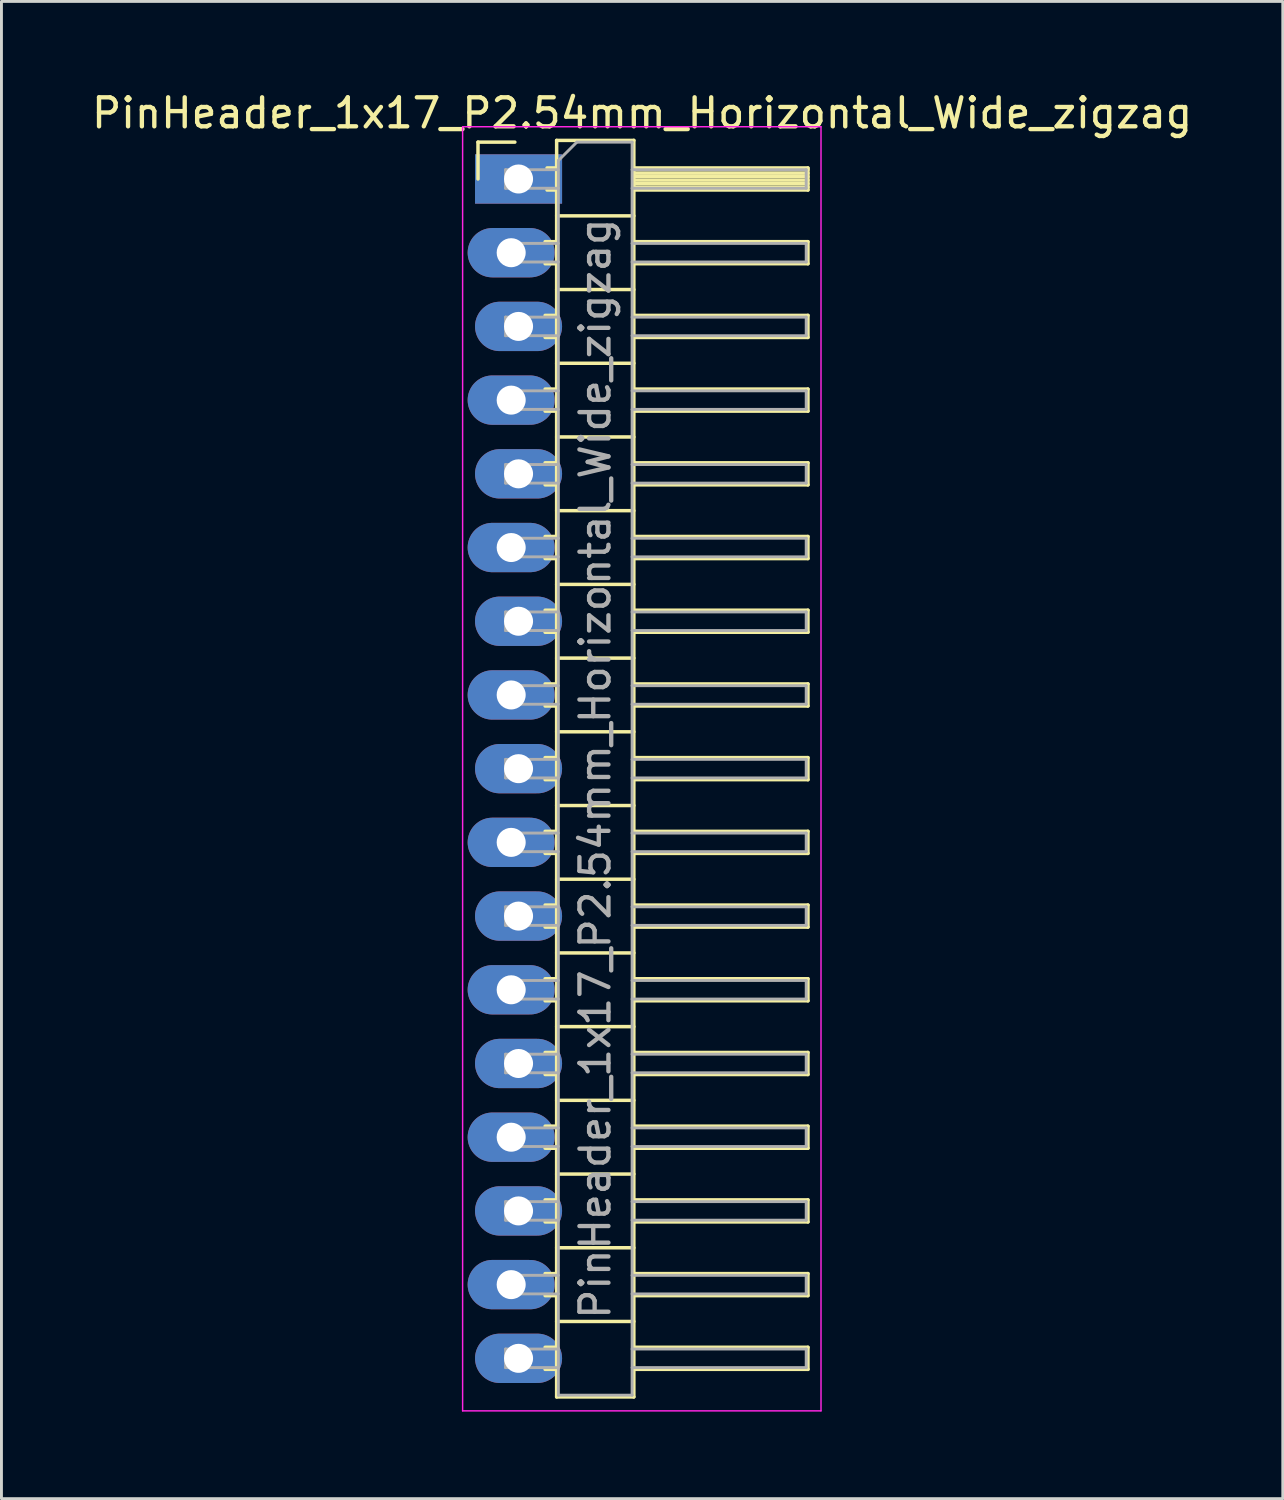
<source format=kicad_pcb>
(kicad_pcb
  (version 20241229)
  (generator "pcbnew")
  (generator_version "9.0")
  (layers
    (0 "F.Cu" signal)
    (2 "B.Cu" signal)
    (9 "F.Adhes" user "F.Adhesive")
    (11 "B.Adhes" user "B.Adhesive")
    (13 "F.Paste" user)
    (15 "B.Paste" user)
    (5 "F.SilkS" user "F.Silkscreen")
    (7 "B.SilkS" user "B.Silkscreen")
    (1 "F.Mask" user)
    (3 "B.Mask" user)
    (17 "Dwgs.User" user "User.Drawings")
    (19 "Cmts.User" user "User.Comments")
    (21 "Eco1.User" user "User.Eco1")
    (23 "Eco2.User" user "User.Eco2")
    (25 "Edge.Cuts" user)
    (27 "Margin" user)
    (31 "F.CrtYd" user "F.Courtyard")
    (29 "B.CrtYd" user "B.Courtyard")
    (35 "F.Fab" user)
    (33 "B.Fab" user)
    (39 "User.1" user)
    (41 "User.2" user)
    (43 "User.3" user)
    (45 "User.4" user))
  (footprint "PinHeader_1x17_P2.54mm_Horizontal_Wide_zigzag"
    (layer "F.Cu")
    (at 14.692 3.118)
    (property "Reference" "PinHeader_1x17_P2.54mm_Horizontal_Wide_zigzag" (at 4.385 -2.27 0) (layer "F.SilkS") (effects (font (size 1 1) (thickness 0.15))))
    (attr through_hole)
    (fp_line (start -1.27 -1.27) (end 0 -1.27) (stroke (width 0.12) (type solid)) (layer "F.SilkS"))
    (fp_line (start -1.27 0) (end -1.27 -1.27) (stroke (width 0.12) (type solid)) (layer "F.SilkS"))
    (fp_line (start 1.043 2.16) (end 1.44 2.16) (stroke (width 0.12) (type solid)) (layer "F.SilkS"))
    (fp_line (start 1.043 2.92) (end 1.44 2.92) (stroke (width 0.12) (type solid)) (layer "F.SilkS"))
    (fp_line (start 1.043 4.7) (end 1.44 4.7) (stroke (width 0.12) (type solid)) (layer "F.SilkS"))
    (fp_line (start 1.043 5.46) (end 1.44 5.46) (stroke (width 0.12) (type solid)) (layer "F.SilkS"))
    (fp_line (start 1.043 7.24) (end 1.44 7.24) (stroke (width 0.12) (type solid)) (layer "F.SilkS"))
    (fp_line (start 1.043 8) (end 1.44 8) (stroke (width 0.12) (type solid)) (layer "F.SilkS"))
    (fp_line (start 1.043 9.78) (end 1.44 9.78) (stroke (width 0.12) (type solid)) (layer "F.SilkS"))
    (fp_line (start 1.043 10.54) (end 1.44 10.54) (stroke (width 0.12) (type solid)) (layer "F.SilkS"))
    (fp_line (start 1.043 12.32) (end 1.44 12.32) (stroke (width 0.12) (type solid)) (layer "F.SilkS"))
    (fp_line (start 1.043 13.08) (end 1.44 13.08) (stroke (width 0.12) (type solid)) (layer "F.SilkS"))
    (fp_line (start 1.043 14.86) (end 1.44 14.86) (stroke (width 0.12) (type solid)) (layer "F.SilkS"))
    (fp_line (start 1.043 15.62) (end 1.44 15.62) (stroke (width 0.12) (type solid)) (layer "F.SilkS"))
    (fp_line (start 1.043 17.4) (end 1.44 17.4) (stroke (width 0.12) (type solid)) (layer "F.SilkS"))
    (fp_line (start 1.043 18.16) (end 1.44 18.16) (stroke (width 0.12) (type solid)) (layer "F.SilkS"))
    (fp_line (start 1.043 19.94) (end 1.44 19.94) (stroke (width 0.12) (type solid)) (layer "F.SilkS"))
    (fp_line (start 1.043 20.7) (end 1.44 20.7) (stroke (width 0.12) (type solid)) (layer "F.SilkS"))
    (fp_line (start 1.043 22.48) (end 1.44 22.48) (stroke (width 0.12) (type solid)) (layer "F.SilkS"))
    (fp_line (start 1.043 23.24) (end 1.44 23.24) (stroke (width 0.12) (type solid)) (layer "F.SilkS"))
    (fp_line (start 1.043 25.02) (end 1.44 25.02) (stroke (width 0.12) (type solid)) (layer "F.SilkS"))
    (fp_line (start 1.043 25.78) (end 1.44 25.78) (stroke (width 0.12) (type solid)) (layer "F.SilkS"))
    (fp_line (start 1.043 27.56) (end 1.44 27.56) (stroke (width 0.12) (type solid)) (layer "F.SilkS"))
    (fp_line (start 1.043 28.32) (end 1.44 28.32) (stroke (width 0.12) (type solid)) (layer "F.SilkS"))
    (fp_line (start 1.043 30.1) (end 1.44 30.1) (stroke (width 0.12) (type solid)) (layer "F.SilkS"))
    (fp_line (start 1.043 30.86) (end 1.44 30.86) (stroke (width 0.12) (type solid)) (layer "F.SilkS"))
    (fp_line (start 1.043 32.64) (end 1.44 32.64) (stroke (width 0.12) (type solid)) (layer "F.SilkS"))
    (fp_line (start 1.043 33.4) (end 1.44 33.4) (stroke (width 0.12) (type solid)) (layer "F.SilkS"))
    (fp_line (start 1.043 35.18) (end 1.44 35.18) (stroke (width 0.12) (type solid)) (layer "F.SilkS"))
    (fp_line (start 1.043 35.94) (end 1.44 35.94) (stroke (width 0.12) (type solid)) (layer "F.SilkS"))
    (fp_line (start 1.043 37.72) (end 1.44 37.72) (stroke (width 0.12) (type solid)) (layer "F.SilkS"))
    (fp_line (start 1.043 38.48) (end 1.44 38.48) (stroke (width 0.12) (type solid)) (layer "F.SilkS"))
    (fp_line (start 1.043 40.26) (end 1.44 40.26) (stroke (width 0.12) (type solid)) (layer "F.SilkS"))
    (fp_line (start 1.043 41.02) (end 1.44 41.02) (stroke (width 0.12) (type solid)) (layer "F.SilkS"))
    (fp_line (start 1.11 -0.38) (end 1.44 -0.38) (stroke (width 0.12) (type solid)) (layer "F.SilkS"))
    (fp_line (start 1.11 0.38) (end 1.44 0.38) (stroke (width 0.12) (type solid)) (layer "F.SilkS"))
    (fp_line (start 1.44 -1.33) (end 1.44 41.97) (stroke (width 0.12) (type solid)) (layer "F.SilkS"))
    (fp_line (start 1.44 1.27) (end 4.1 1.27) (stroke (width 0.12) (type solid)) (layer "F.SilkS"))
    (fp_line (start 1.44 3.81) (end 4.1 3.81) (stroke (width 0.12) (type solid)) (layer "F.SilkS"))
    (fp_line (start 1.44 6.35) (end 4.1 6.35) (stroke (width 0.12) (type solid)) (layer "F.SilkS"))
    (fp_line (start 1.44 8.89) (end 4.1 8.89) (stroke (width 0.12) (type solid)) (layer "F.SilkS"))
    (fp_line (start 1.44 11.43) (end 4.1 11.43) (stroke (width 0.12) (type solid)) (layer "F.SilkS"))
    (fp_line (start 1.44 13.97) (end 4.1 13.97) (stroke (width 0.12) (type solid)) (layer "F.SilkS"))
    (fp_line (start 1.44 16.51) (end 4.1 16.51) (stroke (width 0.12) (type solid)) (layer "F.SilkS"))
    (fp_line (start 1.44 19.05) (end 4.1 19.05) (stroke (width 0.12) (type solid)) (layer "F.SilkS"))
    (fp_line (start 1.44 21.59) (end 4.1 21.59) (stroke (width 0.12) (type solid)) (layer "F.SilkS"))
    (fp_line (start 1.44 24.13) (end 4.1 24.13) (stroke (width 0.12) (type solid)) (layer "F.SilkS"))
    (fp_line (start 1.44 26.67) (end 4.1 26.67) (stroke (width 0.12) (type solid)) (layer "F.SilkS"))
    (fp_line (start 1.44 29.21) (end 4.1 29.21) (stroke (width 0.12) (type solid)) (layer "F.SilkS"))
    (fp_line (start 1.44 31.75) (end 4.1 31.75) (stroke (width 0.12) (type solid)) (layer "F.SilkS"))
    (fp_line (start 1.44 34.29) (end 4.1 34.29) (stroke (width 0.12) (type solid)) (layer "F.SilkS"))
    (fp_line (start 1.44 36.83) (end 4.1 36.83) (stroke (width 0.12) (type solid)) (layer "F.SilkS"))
    (fp_line (start 1.44 39.37) (end 4.1 39.37) (stroke (width 0.12) (type solid)) (layer "F.SilkS"))
    (fp_line (start 1.44 41.97) (end 4.1 41.97) (stroke (width 0.12) (type solid)) (layer "F.SilkS"))
    (fp_line (start 4.1 -1.33) (end 1.44 -1.33) (stroke (width 0.12) (type solid)) (layer "F.SilkS"))
    (fp_line (start 4.1 -0.38) (end 10.1 -0.38) (stroke (width 0.12) (type solid)) (layer "F.SilkS"))
    (fp_line (start 4.1 -0.32) (end 10.1 -0.32) (stroke (width 0.12) (type solid)) (layer "F.SilkS"))
    (fp_line (start 4.1 -0.2) (end 10.1 -0.2) (stroke (width 0.12) (type solid)) (layer "F.SilkS"))
    (fp_line (start 4.1 -0.08) (end 10.1 -0.08) (stroke (width 0.12) (type solid)) (layer "F.SilkS"))
    (fp_line (start 4.1 0.04) (end 10.1 0.04) (stroke (width 0.12) (type solid)) (layer "F.SilkS"))
    (fp_line (start 4.1 0.16) (end 10.1 0.16) (stroke (width 0.12) (type solid)) (layer "F.SilkS"))
    (fp_line (start 4.1 0.28) (end 10.1 0.28) (stroke (width 0.12) (type solid)) (layer "F.SilkS"))
    (fp_line (start 4.1 2.16) (end 10.1 2.16) (stroke (width 0.12) (type solid)) (layer "F.SilkS"))
    (fp_line (start 4.1 4.7) (end 10.1 4.7) (stroke (width 0.12) (type solid)) (layer "F.SilkS"))
    (fp_line (start 4.1 7.24) (end 10.1 7.24) (stroke (width 0.12) (type solid)) (layer "F.SilkS"))
    (fp_line (start 4.1 9.78) (end 10.1 9.78) (stroke (width 0.12) (type solid)) (layer "F.SilkS"))
    (fp_line (start 4.1 12.32) (end 10.1 12.32) (stroke (width 0.12) (type solid)) (layer "F.SilkS"))
    (fp_line (start 4.1 14.86) (end 10.1 14.86) (stroke (width 0.12) (type solid)) (layer "F.SilkS"))
    (fp_line (start 4.1 17.4) (end 10.1 17.4) (stroke (width 0.12) (type solid)) (layer "F.SilkS"))
    (fp_line (start 4.1 19.94) (end 10.1 19.94) (stroke (width 0.12) (type solid)) (layer "F.SilkS"))
    (fp_line (start 4.1 22.48) (end 10.1 22.48) (stroke (width 0.12) (type solid)) (layer "F.SilkS"))
    (fp_line (start 4.1 25.02) (end 10.1 25.02) (stroke (width 0.12) (type solid)) (layer "F.SilkS"))
    (fp_line (start 4.1 27.56) (end 10.1 27.56) (stroke (width 0.12) (type solid)) (layer "F.SilkS"))
    (fp_line (start 4.1 30.1) (end 10.1 30.1) (stroke (width 0.12) (type solid)) (layer "F.SilkS"))
    (fp_line (start 4.1 32.64) (end 10.1 32.64) (stroke (width 0.12) (type solid)) (layer "F.SilkS"))
    (fp_line (start 4.1 35.18) (end 10.1 35.18) (stroke (width 0.12) (type solid)) (layer "F.SilkS"))
    (fp_line (start 4.1 37.72) (end 10.1 37.72) (stroke (width 0.12) (type solid)) (layer "F.SilkS"))
    (fp_line (start 4.1 40.26) (end 10.1 40.26) (stroke (width 0.12) (type solid)) (layer "F.SilkS"))
    (fp_line (start 4.1 41.97) (end 4.1 -1.33) (stroke (width 0.12) (type solid)) (layer "F.SilkS"))
    (fp_line (start 10.1 -0.38) (end 10.1 0.38) (stroke (width 0.12) (type solid)) (layer "F.SilkS"))
    (fp_line (start 10.1 0.38) (end 4.1 0.38) (stroke (width 0.12) (type solid)) (layer "F.SilkS"))
    (fp_line (start 10.1 2.16) (end 10.1 2.92) (stroke (width 0.12) (type solid)) (layer "F.SilkS"))
    (fp_line (start 10.1 2.92) (end 4.1 2.92) (stroke (width 0.12) (type solid)) (layer "F.SilkS"))
    (fp_line (start 10.1 4.7) (end 10.1 5.46) (stroke (width 0.12) (type solid)) (layer "F.SilkS"))
    (fp_line (start 10.1 5.46) (end 4.1 5.46) (stroke (width 0.12) (type solid)) (layer "F.SilkS"))
    (fp_line (start 10.1 7.24) (end 10.1 8) (stroke (width 0.12) (type solid)) (layer "F.SilkS"))
    (fp_line (start 10.1 8) (end 4.1 8) (stroke (width 0.12) (type solid)) (layer "F.SilkS"))
    (fp_line (start 10.1 9.78) (end 10.1 10.54) (stroke (width 0.12) (type solid)) (layer "F.SilkS"))
    (fp_line (start 10.1 10.54) (end 4.1 10.54) (stroke (width 0.12) (type solid)) (layer "F.SilkS"))
    (fp_line (start 10.1 12.32) (end 10.1 13.08) (stroke (width 0.12) (type solid)) (layer "F.SilkS"))
    (fp_line (start 10.1 13.08) (end 4.1 13.08) (stroke (width 0.12) (type solid)) (layer "F.SilkS"))
    (fp_line (start 10.1 14.86) (end 10.1 15.62) (stroke (width 0.12) (type solid)) (layer "F.SilkS"))
    (fp_line (start 10.1 15.62) (end 4.1 15.62) (stroke (width 0.12) (type solid)) (layer "F.SilkS"))
    (fp_line (start 10.1 17.4) (end 10.1 18.16) (stroke (width 0.12) (type solid)) (layer "F.SilkS"))
    (fp_line (start 10.1 18.16) (end 4.1 18.16) (stroke (width 0.12) (type solid)) (layer "F.SilkS"))
    (fp_line (start 10.1 19.94) (end 10.1 20.7) (stroke (width 0.12) (type solid)) (layer "F.SilkS"))
    (fp_line (start 10.1 20.7) (end 4.1 20.7) (stroke (width 0.12) (type solid)) (layer "F.SilkS"))
    (fp_line (start 10.1 22.48) (end 10.1 23.24) (stroke (width 0.12) (type solid)) (layer "F.SilkS"))
    (fp_line (start 10.1 23.24) (end 4.1 23.24) (stroke (width 0.12) (type solid)) (layer "F.SilkS"))
    (fp_line (start 10.1 25.02) (end 10.1 25.78) (stroke (width 0.12) (type solid)) (layer "F.SilkS"))
    (fp_line (start 10.1 25.78) (end 4.1 25.78) (stroke (width 0.12) (type solid)) (layer "F.SilkS"))
    (fp_line (start 10.1 27.56) (end 10.1 28.32) (stroke (width 0.12) (type solid)) (layer "F.SilkS"))
    (fp_line (start 10.1 28.32) (end 4.1 28.32) (stroke (width 0.12) (type solid)) (layer "F.SilkS"))
    (fp_line (start 10.1 30.1) (end 10.1 30.86) (stroke (width 0.12) (type solid)) (layer "F.SilkS"))
    (fp_line (start 10.1 30.86) (end 4.1 30.86) (stroke (width 0.12) (type solid)) (layer "F.SilkS"))
    (fp_line (start 10.1 32.64) (end 10.1 33.4) (stroke (width 0.12) (type solid)) (layer "F.SilkS"))
    (fp_line (start 10.1 33.4) (end 4.1 33.4) (stroke (width 0.12) (type solid)) (layer "F.SilkS"))
    (fp_line (start 10.1 35.18) (end 10.1 35.94) (stroke (width 0.12) (type solid)) (layer "F.SilkS"))
    (fp_line (start 10.1 35.94) (end 4.1 35.94) (stroke (width 0.12) (type solid)) (layer "F.SilkS"))
    (fp_line (start 10.1 37.72) (end 10.1 38.48) (stroke (width 0.12) (type solid)) (layer "F.SilkS"))
    (fp_line (start 10.1 38.48) (end 4.1 38.48) (stroke (width 0.12) (type solid)) (layer "F.SilkS"))
    (fp_line (start 10.1 40.26) (end 10.1 41.02) (stroke (width 0.12) (type solid)) (layer "F.SilkS"))
    (fp_line (start 10.1 41.02) (end 4.1 41.02) (stroke (width 0.12) (type solid)) (layer "F.SilkS"))
    (fp_line (start -1.8 -1.8) (end -1.8 42.45) (stroke (width 0.05) (type solid)) (layer "F.CrtYd"))
    (fp_line (start -1.8 42.45) (end 10.55 42.45) (stroke (width 0.05) (type solid)) (layer "F.CrtYd"))
    (fp_line (start 10.55 -1.8) (end -1.8 -1.8) (stroke (width 0.05) (type solid)) (layer "F.CrtYd"))
    (fp_line (start 10.55 42.45) (end 10.55 -1.8) (stroke (width 0.05) (type solid)) (layer "F.CrtYd"))
    (fp_line (start -0.32 -0.32) (end -0.32 0.32) (stroke (width 0.1) (type solid)) (layer "F.Fab"))
    (fp_line (start -0.32 -0.32) (end 1.5 -0.32) (stroke (width 0.1) (type solid)) (layer "F.Fab"))
    (fp_line (start -0.32 0.32) (end 1.5 0.32) (stroke (width 0.1) (type solid)) (layer "F.Fab"))
    (fp_line (start -0.32 2.22) (end -0.32 2.86) (stroke (width 0.1) (type solid)) (layer "F.Fab"))
    (fp_line (start -0.32 2.22) (end 1.5 2.22) (stroke (width 0.1) (type solid)) (layer "F.Fab"))
    (fp_line (start -0.32 2.86) (end 1.5 2.86) (stroke (width 0.1) (type solid)) (layer "F.Fab"))
    (fp_line (start -0.32 4.76) (end -0.32 5.4) (stroke (width 0.1) (type solid)) (layer "F.Fab"))
    (fp_line (start -0.32 4.76) (end 1.5 4.76) (stroke (width 0.1) (type solid)) (layer "F.Fab"))
    (fp_line (start -0.32 5.4) (end 1.5 5.4) (stroke (width 0.1) (type solid)) (layer "F.Fab"))
    (fp_line (start -0.32 7.3) (end -0.32 7.94) (stroke (width 0.1) (type solid)) (layer "F.Fab"))
    (fp_line (start -0.32 7.3) (end 1.5 7.3) (stroke (width 0.1) (type solid)) (layer "F.Fab"))
    (fp_line (start -0.32 7.94) (end 1.5 7.94) (stroke (width 0.1) (type solid)) (layer "F.Fab"))
    (fp_line (start -0.32 9.84) (end -0.32 10.48) (stroke (width 0.1) (type solid)) (layer "F.Fab"))
    (fp_line (start -0.32 9.84) (end 1.5 9.84) (stroke (width 0.1) (type solid)) (layer "F.Fab"))
    (fp_line (start -0.32 10.48) (end 1.5 10.48) (stroke (width 0.1) (type solid)) (layer "F.Fab"))
    (fp_line (start -0.32 12.38) (end -0.32 13.02) (stroke (width 0.1) (type solid)) (layer "F.Fab"))
    (fp_line (start -0.32 12.38) (end 1.5 12.38) (stroke (width 0.1) (type solid)) (layer "F.Fab"))
    (fp_line (start -0.32 13.02) (end 1.5 13.02) (stroke (width 0.1) (type solid)) (layer "F.Fab"))
    (fp_line (start -0.32 14.92) (end -0.32 15.56) (stroke (width 0.1) (type solid)) (layer "F.Fab"))
    (fp_line (start -0.32 14.92) (end 1.5 14.92) (stroke (width 0.1) (type solid)) (layer "F.Fab"))
    (fp_line (start -0.32 15.56) (end 1.5 15.56) (stroke (width 0.1) (type solid)) (layer "F.Fab"))
    (fp_line (start -0.32 17.46) (end -0.32 18.1) (stroke (width 0.1) (type solid)) (layer "F.Fab"))
    (fp_line (start -0.32 17.46) (end 1.5 17.46) (stroke (width 0.1) (type solid)) (layer "F.Fab"))
    (fp_line (start -0.32 18.1) (end 1.5 18.1) (stroke (width 0.1) (type solid)) (layer "F.Fab"))
    (fp_line (start -0.32 20) (end -0.32 20.64) (stroke (width 0.1) (type solid)) (layer "F.Fab"))
    (fp_line (start -0.32 20) (end 1.5 20) (stroke (width 0.1) (type solid)) (layer "F.Fab"))
    (fp_line (start -0.32 20.64) (end 1.5 20.64) (stroke (width 0.1) (type solid)) (layer "F.Fab"))
    (fp_line (start -0.32 22.54) (end -0.32 23.18) (stroke (width 0.1) (type solid)) (layer "F.Fab"))
    (fp_line (start -0.32 22.54) (end 1.5 22.54) (stroke (width 0.1) (type solid)) (layer "F.Fab"))
    (fp_line (start -0.32 23.18) (end 1.5 23.18) (stroke (width 0.1) (type solid)) (layer "F.Fab"))
    (fp_line (start -0.32 25.08) (end -0.32 25.72) (stroke (width 0.1) (type solid)) (layer "F.Fab"))
    (fp_line (start -0.32 25.08) (end 1.5 25.08) (stroke (width 0.1) (type solid)) (layer "F.Fab"))
    (fp_line (start -0.32 25.72) (end 1.5 25.72) (stroke (width 0.1) (type solid)) (layer "F.Fab"))
    (fp_line (start -0.32 27.62) (end -0.32 28.26) (stroke (width 0.1) (type solid)) (layer "F.Fab"))
    (fp_line (start -0.32 27.62) (end 1.5 27.62) (stroke (width 0.1) (type solid)) (layer "F.Fab"))
    (fp_line (start -0.32 28.26) (end 1.5 28.26) (stroke (width 0.1) (type solid)) (layer "F.Fab"))
    (fp_line (start -0.32 30.16) (end -0.32 30.8) (stroke (width 0.1) (type solid)) (layer "F.Fab"))
    (fp_line (start -0.32 30.16) (end 1.5 30.16) (stroke (width 0.1) (type solid)) (layer "F.Fab"))
    (fp_line (start -0.32 30.8) (end 1.5 30.8) (stroke (width 0.1) (type solid)) (layer "F.Fab"))
    (fp_line (start -0.32 32.7) (end -0.32 33.34) (stroke (width 0.1) (type solid)) (layer "F.Fab"))
    (fp_line (start -0.32 32.7) (end 1.5 32.7) (stroke (width 0.1) (type solid)) (layer "F.Fab"))
    (fp_line (start -0.32 33.34) (end 1.5 33.34) (stroke (width 0.1) (type solid)) (layer "F.Fab"))
    (fp_line (start -0.32 35.24) (end -0.32 35.88) (stroke (width 0.1) (type solid)) (layer "F.Fab"))
    (fp_line (start -0.32 35.24) (end 1.5 35.24) (stroke (width 0.1) (type solid)) (layer "F.Fab"))
    (fp_line (start -0.32 35.88) (end 1.5 35.88) (stroke (width 0.1) (type solid)) (layer "F.Fab"))
    (fp_line (start -0.32 37.78) (end -0.32 38.42) (stroke (width 0.1) (type solid)) (layer "F.Fab"))
    (fp_line (start -0.32 37.78) (end 1.5 37.78) (stroke (width 0.1) (type solid)) (layer "F.Fab"))
    (fp_line (start -0.32 38.42) (end 1.5 38.42) (stroke (width 0.1) (type solid)) (layer "F.Fab"))
    (fp_line (start -0.32 40.32) (end -0.32 40.96) (stroke (width 0.1) (type solid)) (layer "F.Fab"))
    (fp_line (start -0.32 40.32) (end 1.5 40.32) (stroke (width 0.1) (type solid)) (layer "F.Fab"))
    (fp_line (start -0.32 40.96) (end 1.5 40.96) (stroke (width 0.1) (type solid)) (layer "F.Fab"))
    (fp_line (start 1.5 -0.635) (end 2.135 -1.27) (stroke (width 0.1) (type solid)) (layer "F.Fab"))
    (fp_line (start 1.5 41.91) (end 1.5 -0.635) (stroke (width 0.1) (type solid)) (layer "F.Fab"))
    (fp_line (start 2.135 -1.27) (end 4.04 -1.27) (stroke (width 0.1) (type solid)) (layer "F.Fab"))
    (fp_line (start 4.04 -1.27) (end 4.04 41.91) (stroke (width 0.1) (type solid)) (layer "F.Fab"))
    (fp_line (start 4.04 -0.32) (end 10.04 -0.32) (stroke (width 0.1) (type solid)) (layer "F.Fab"))
    (fp_line (start 4.04 0.32) (end 10.04 0.32) (stroke (width 0.1) (type solid)) (layer "F.Fab"))
    (fp_line (start 4.04 2.22) (end 10.04 2.22) (stroke (width 0.1) (type solid)) (layer "F.Fab"))
    (fp_line (start 4.04 2.86) (end 10.04 2.86) (stroke (width 0.1) (type solid)) (layer "F.Fab"))
    (fp_line (start 4.04 4.76) (end 10.04 4.76) (stroke (width 0.1) (type solid)) (layer "F.Fab"))
    (fp_line (start 4.04 5.4) (end 10.04 5.4) (stroke (width 0.1) (type solid)) (layer "F.Fab"))
    (fp_line (start 4.04 7.3) (end 10.04 7.3) (stroke (width 0.1) (type solid)) (layer "F.Fab"))
    (fp_line (start 4.04 7.94) (end 10.04 7.94) (stroke (width 0.1) (type solid)) (layer "F.Fab"))
    (fp_line (start 4.04 9.84) (end 10.04 9.84) (stroke (width 0.1) (type solid)) (layer "F.Fab"))
    (fp_line (start 4.04 10.48) (end 10.04 10.48) (stroke (width 0.1) (type solid)) (layer "F.Fab"))
    (fp_line (start 4.04 12.38) (end 10.04 12.38) (stroke (width 0.1) (type solid)) (layer "F.Fab"))
    (fp_line (start 4.04 13.02) (end 10.04 13.02) (stroke (width 0.1) (type solid)) (layer "F.Fab"))
    (fp_line (start 4.04 14.92) (end 10.04 14.92) (stroke (width 0.1) (type solid)) (layer "F.Fab"))
    (fp_line (start 4.04 15.56) (end 10.04 15.56) (stroke (width 0.1) (type solid)) (layer "F.Fab"))
    (fp_line (start 4.04 17.46) (end 10.04 17.46) (stroke (width 0.1) (type solid)) (layer "F.Fab"))
    (fp_line (start 4.04 18.1) (end 10.04 18.1) (stroke (width 0.1) (type solid)) (layer "F.Fab"))
    (fp_line (start 4.04 20) (end 10.04 20) (stroke (width 0.1) (type solid)) (layer "F.Fab"))
    (fp_line (start 4.04 20.64) (end 10.04 20.64) (stroke (width 0.1) (type solid)) (layer "F.Fab"))
    (fp_line (start 4.04 22.54) (end 10.04 22.54) (stroke (width 0.1) (type solid)) (layer "F.Fab"))
    (fp_line (start 4.04 23.18) (end 10.04 23.18) (stroke (width 0.1) (type solid)) (layer "F.Fab"))
    (fp_line (start 4.04 25.08) (end 10.04 25.08) (stroke (width 0.1) (type solid)) (layer "F.Fab"))
    (fp_line (start 4.04 25.72) (end 10.04 25.72) (stroke (width 0.1) (type solid)) (layer "F.Fab"))
    (fp_line (start 4.04 27.62) (end 10.04 27.62) (stroke (width 0.1) (type solid)) (layer "F.Fab"))
    (fp_line (start 4.04 28.26) (end 10.04 28.26) (stroke (width 0.1) (type solid)) (layer "F.Fab"))
    (fp_line (start 4.04 30.16) (end 10.04 30.16) (stroke (width 0.1) (type solid)) (layer "F.Fab"))
    (fp_line (start 4.04 30.8) (end 10.04 30.8) (stroke (width 0.1) (type solid)) (layer "F.Fab"))
    (fp_line (start 4.04 32.7) (end 10.04 32.7) (stroke (width 0.1) (type solid)) (layer "F.Fab"))
    (fp_line (start 4.04 33.34) (end 10.04 33.34) (stroke (width 0.1) (type solid)) (layer "F.Fab"))
    (fp_line (start 4.04 35.24) (end 10.04 35.24) (stroke (width 0.1) (type solid)) (layer "F.Fab"))
    (fp_line (start 4.04 35.88) (end 10.04 35.88) (stroke (width 0.1) (type solid)) (layer "F.Fab"))
    (fp_line (start 4.04 37.78) (end 10.04 37.78) (stroke (width 0.1) (type solid)) (layer "F.Fab"))
    (fp_line (start 4.04 38.42) (end 10.04 38.42) (stroke (width 0.1) (type solid)) (layer "F.Fab"))
    (fp_line (start 4.04 40.32) (end 10.04 40.32) (stroke (width 0.1) (type solid)) (layer "F.Fab"))
    (fp_line (start 4.04 40.96) (end 10.04 40.96) (stroke (width 0.1) (type solid)) (layer "F.Fab"))
    (fp_line (start 4.04 41.91) (end 1.5 41.91) (stroke (width 0.1) (type solid)) (layer "F.Fab"))
    (fp_line (start 10.04 -0.32) (end 10.04 0.32) (stroke (width 0.1) (type solid)) (layer "F.Fab"))
    (fp_line (start 10.04 2.22) (end 10.04 2.86) (stroke (width 0.1) (type solid)) (layer "F.Fab"))
    (fp_line (start 10.04 4.76) (end 10.04 5.4) (stroke (width 0.1) (type solid)) (layer "F.Fab"))
    (fp_line (start 10.04 7.3) (end 10.04 7.94) (stroke (width 0.1) (type solid)) (layer "F.Fab"))
    (fp_line (start 10.04 9.84) (end 10.04 10.48) (stroke (width 0.1) (type solid)) (layer "F.Fab"))
    (fp_line (start 10.04 12.38) (end 10.04 13.02) (stroke (width 0.1) (type solid)) (layer "F.Fab"))
    (fp_line (start 10.04 14.92) (end 10.04 15.56) (stroke (width 0.1) (type solid)) (layer "F.Fab"))
    (fp_line (start 10.04 17.46) (end 10.04 18.1) (stroke (width 0.1) (type solid)) (layer "F.Fab"))
    (fp_line (start 10.04 20) (end 10.04 20.64) (stroke (width 0.1) (type solid)) (layer "F.Fab"))
    (fp_line (start 10.04 22.54) (end 10.04 23.18) (stroke (width 0.1) (type solid)) (layer "F.Fab"))
    (fp_line (start 10.04 25.08) (end 10.04 25.72) (stroke (width 0.1) (type solid)) (layer "F.Fab"))
    (fp_line (start 10.04 27.62) (end 10.04 28.26) (stroke (width 0.1) (type solid)) (layer "F.Fab"))
    (fp_line (start 10.04 30.16) (end 10.04 30.8) (stroke (width 0.1) (type solid)) (layer "F.Fab"))
    (fp_line (start 10.04 32.7) (end 10.04 33.34) (stroke (width 0.1) (type solid)) (layer "F.Fab"))
    (fp_line (start 10.04 35.24) (end 10.04 35.88) (stroke (width 0.1) (type solid)) (layer "F.Fab"))
    (fp_line (start 10.04 37.78) (end 10.04 38.42) (stroke (width 0.1) (type solid)) (layer "F.Fab"))
    (fp_line (start 10.04 40.32) (end 10.04 40.96) (stroke (width 0.1) (type solid)) (layer "F.Fab"))
    (fp_text user "${REFERENCE}" (at 2.77 20.32 90) (layer "F.Fab") (effects (font (size 1 1) (thickness 0.15))))
    (pad "1" thru_hole rect (at 0.127 0) (size 3 1.7) (drill 1) (layers "*.Cu" "*.Mask"))
    (pad "2" thru_hole oval (at -0.127 2.54) (size 3 1.7) (drill 1) (layers "*.Cu" "*.Mask"))
    (pad "3" thru_hole oval (at 0.127 5.08) (size 3 1.7) (drill 1) (layers "*.Cu" "*.Mask"))
    (pad "4" thru_hole oval (at -0.127 7.62) (size 3 1.7) (drill 1) (layers "*.Cu" "*.Mask"))
    (pad "5" thru_hole oval (at 0.127 10.16) (size 3 1.7) (drill 1) (layers "*.Cu" "*.Mask"))
    (pad "6" thru_hole oval (at -0.127 12.7) (size 3 1.7) (drill 1) (layers "*.Cu" "*.Mask"))
    (pad "7" thru_hole oval (at 0.127 15.24) (size 3 1.7) (drill 1) (layers "*.Cu" "*.Mask"))
    (pad "8" thru_hole oval (at -0.127 17.78) (size 3 1.7) (drill 1) (layers "*.Cu" "*.Mask"))
    (pad "9" thru_hole oval (at 0.127 20.32) (size 3 1.7) (drill 1) (layers "*.Cu" "*.Mask"))
    (pad "10" thru_hole oval (at -0.127 22.86) (size 3 1.7) (drill 1) (layers "*.Cu" "*.Mask"))
    (pad "11" thru_hole oval (at 0.127 25.4) (size 3 1.7) (drill 1) (layers "*.Cu" "*.Mask"))
    (pad "12" thru_hole oval (at -0.127 27.94) (size 3 1.7) (drill 1) (layers "*.Cu" "*.Mask"))
    (pad "13" thru_hole oval (at 0.127 30.48) (size 3 1.7) (drill 1) (layers "*.Cu" "*.Mask"))
    (pad "14" thru_hole oval (at -0.127 33.02) (size 3 1.7) (drill 1) (layers "*.Cu" "*.Mask"))
    (pad "15" thru_hole oval (at 0.127 35.56) (size 3 1.7) (drill 1) (layers "*.Cu" "*.Mask"))
    (pad "16" thru_hole oval (at -0.127 38.1) (size 3 1.7) (drill 1) (layers "*.Cu" "*.Mask"))
    (pad "17" thru_hole oval (at 0.127 40.64) (size 3 1.7) (drill 1) (layers "*.Cu" "*.Mask")))
  (gr_rect
    (start -3 -3)
    (end 41.155 48.593)
    (stroke (width 0.1) (type default))
    (fill no)
    (layer "Edge.Cuts")))
</source>
